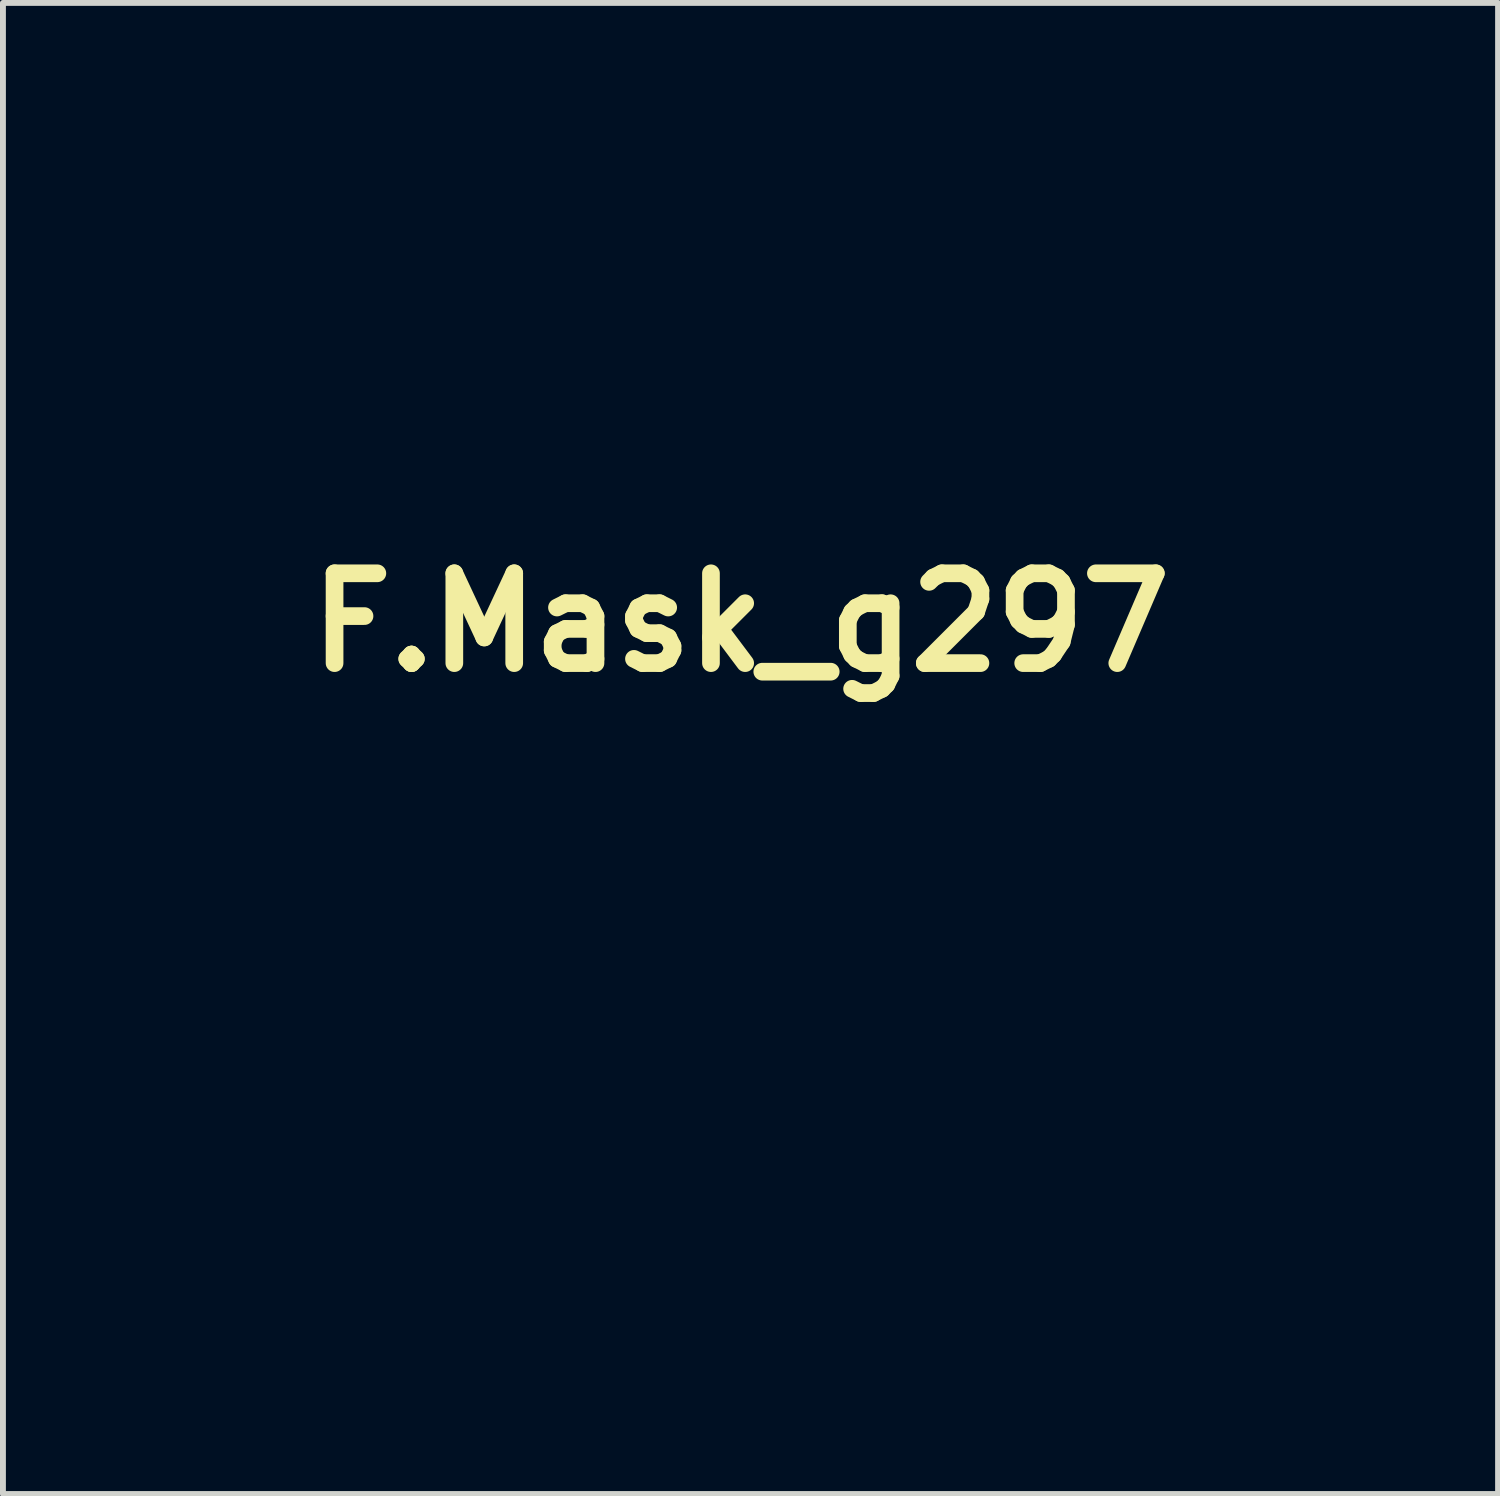
<source format=kicad_pcb>
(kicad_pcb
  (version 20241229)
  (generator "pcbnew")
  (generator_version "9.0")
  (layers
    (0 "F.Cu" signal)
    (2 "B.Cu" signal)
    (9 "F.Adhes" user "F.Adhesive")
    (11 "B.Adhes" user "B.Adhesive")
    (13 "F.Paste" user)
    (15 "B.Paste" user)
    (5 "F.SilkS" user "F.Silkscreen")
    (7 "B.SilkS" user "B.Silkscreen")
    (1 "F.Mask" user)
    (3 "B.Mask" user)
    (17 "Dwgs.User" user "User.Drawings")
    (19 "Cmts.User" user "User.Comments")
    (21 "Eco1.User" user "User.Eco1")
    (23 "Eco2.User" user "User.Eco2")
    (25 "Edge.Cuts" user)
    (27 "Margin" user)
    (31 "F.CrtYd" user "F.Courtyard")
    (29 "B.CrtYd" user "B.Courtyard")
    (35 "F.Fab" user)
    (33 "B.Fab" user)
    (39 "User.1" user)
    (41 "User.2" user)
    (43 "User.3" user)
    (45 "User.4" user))
  (footprint "F.Mask_g297"
    (layer "F.Cu")
    (at 9.521 7.512)
    (property "Reference" "F.Mask_g297" (at 0 0 0) (layer "F.SilkS") (effects (font (size 1.524 1.524) (thickness 0.3))))
    (attr through_hole)
    (fp_poly (pts (xy 9.081 8.234) (xy 9.842 8.234) (xy 9.842 8.636) (xy 9.079 8.636) (xy 9.085 9.805) (xy 9.091 10.975) (xy 9.144 11.081) (xy 9.193 11.16) (xy 9.253 11.219) (xy 9.332 11.258) (xy 9.436 11.284) (xy 9.573 11.297) (xy 9.614 11.299) (xy 9.842 11.308) (xy 9.842 11.748) (xy 9.615 11.746) (xy 9.504 11.742) (xy 9.393 11.734) (xy 9.298 11.723) (xy 9.258 11.716) (xy 9.078 11.659) (xy 8.927 11.571) (xy 8.802 11.451) (xy 8.702 11.297) (xy 8.651 11.181) (xy 8.641 11.154) (xy 8.633 11.127) (xy 8.626 11.096) (xy 8.62 11.057) (xy 8.616 11.008) (xy 8.612 10.944) (xy 8.609 10.861) (xy 8.606 10.757) (xy 8.604 10.628) (xy 8.602 10.469) (xy 8.601 10.279) (xy 8.6 10.052) (xy 8.598 9.848) (xy 8.592 8.636) (xy 8.128 8.636) (xy 8.128 8.234) (xy 8.594 8.234) (xy 8.594 7.154) (xy 9.081 7.154) (xy 9.081 8.234)) (stroke (width 0.01) (type solid)) (fill yes) (layer "F.Mask"))
    (fp_poly (pts (xy -3.917 8.205) (xy -3.723 8.249) (xy -3.549 8.324) (xy -3.39 8.432) (xy -3.336 8.48) (xy -3.232 8.575) (xy -3.399 8.743) (xy -3.467 8.811) (xy -3.525 8.865) (xy -3.567 8.9) (xy -3.584 8.911) (xy -3.609 8.898) (xy -3.654 8.864) (xy -3.697 8.827) (xy -3.828 8.731) (xy -3.963 8.672) (xy -4.113 8.643) (xy -4.307 8.644) (xy -4.486 8.682) (xy -4.647 8.756) (xy -4.785 8.863) (xy -4.899 9.003) (xy -4.941 9.078) (xy -4.966 9.127) (xy -4.986 9.173) (xy -5.004 9.219) (xy -5.018 9.27) (xy -5.03 9.328) (xy -5.039 9.398) (xy -5.046 9.484) (xy -5.051 9.589) (xy -5.055 9.717) (xy -5.057 9.871) (xy -5.058 10.056) (xy -5.059 10.275) (xy -5.059 10.532) (xy -5.059 10.588) (xy -5.059 11.748) (xy -5.303 11.748) (xy -5.419 11.746) (xy -5.498 11.741) (xy -5.542 11.732) (xy -5.557 11.721) (xy -5.559 11.696) (xy -5.56 11.632) (xy -5.561 11.532) (xy -5.562 11.4) (xy -5.562 11.238) (xy -5.563 11.049) (xy -5.563 10.838) (xy -5.563 10.606) (xy -5.563 10.358) (xy -5.562 10.097) (xy -5.562 9.97) (xy -5.556 8.244) (xy -5.308 8.238) (xy -5.059 8.232) (xy -5.059 8.532) (xy -4.947 8.447) (xy -4.762 8.33) (xy -4.563 8.249) (xy -4.346 8.204) (xy -4.138 8.191) (xy -3.917 8.205)) (stroke (width 0.01) (type solid)) (fill yes) (layer "F.Mask"))
    (fp_poly (pts (xy 2.603 8.206) (xy 2.709 8.224) (xy 2.915 8.292) (xy 3.104 8.393) (xy 3.269 8.521) (xy 3.406 8.674) (xy 3.5 8.828) (xy 3.529 8.889) (xy 3.555 8.943) (xy 3.576 8.994) (xy 3.594 9.046) (xy 3.609 9.103) (xy 3.621 9.168) (xy 3.63 9.244) (xy 3.638 9.337) (xy 3.643 9.449) (xy 3.647 9.583) (xy 3.65 9.745) (xy 3.653 9.936) (xy 3.654 10.162) (xy 3.656 10.426) (xy 3.657 10.494) (xy 3.665 11.749) (xy 3.415 11.743) (xy 3.164 11.737) (xy 3.154 10.499) (xy 3.152 10.239) (xy 3.15 10.018) (xy 3.148 9.832) (xy 3.145 9.678) (xy 3.143 9.552) (xy 3.14 9.451) (xy 3.137 9.372) (xy 3.133 9.31) (xy 3.128 9.262) (xy 3.122 9.225) (xy 3.115 9.196) (xy 3.106 9.17) (xy 3.096 9.145) (xy 3.095 9.141) (xy 3.015 8.981) (xy 2.918 8.855) (xy 2.799 8.76) (xy 2.655 8.696) (xy 2.483 8.659) (xy 2.297 8.648) (xy 2.097 8.659) (xy 1.928 8.696) (xy 1.787 8.759) (xy 1.668 8.852) (xy 1.58 8.959) (xy 1.549 9.004) (xy 1.523 9.043) (xy 1.501 9.08) (xy 1.483 9.119) (xy 1.468 9.164) (xy 1.456 9.218) (xy 1.446 9.285) (xy 1.439 9.368) (xy 1.434 9.471) (xy 1.43 9.596) (xy 1.428 9.749) (xy 1.426 9.932) (xy 1.425 10.149) (xy 1.423 10.404) (xy 1.423 10.504) (xy 1.417 11.748) (xy 0.91 11.748) (xy 0.91 8.234) (xy 1.418 8.234) (xy 1.418 8.513) (xy 1.519 8.439) (xy 1.656 8.35) (xy 1.795 8.285) (xy 1.955 8.234) (xy 1.963 8.233) (xy 2.105 8.207) (xy 2.27 8.194) (xy 2.442 8.193) (xy 2.603 8.206)) (stroke (width 0.01) (type solid)) (fill yes) (layer "F.Mask"))
    (fp_poly (pts (xy 6.234 8.198) (xy 6.413 8.222) (xy 6.561 8.261) (xy 6.772 8.357) (xy 6.955 8.486) (xy 7.113 8.648) (xy 7.244 8.843) (xy 7.348 9.07) (xy 7.397 9.217) (xy 7.432 9.367) (xy 7.462 9.545) (xy 7.482 9.733) (xy 7.492 9.916) (xy 7.493 9.972) (xy 7.493 10.118) (xy 5.131 10.118) (xy 5.148 10.298) (xy 5.181 10.504) (xy 5.239 10.698) (xy 5.317 10.871) (xy 5.413 11.017) (xy 5.523 11.13) (xy 5.544 11.146) (xy 5.657 11.218) (xy 5.775 11.269) (xy 5.908 11.301) (xy 6.069 11.317) (xy 6.104 11.319) (xy 6.302 11.319) (xy 6.472 11.297) (xy 6.625 11.248) (xy 6.769 11.171) (xy 6.915 11.061) (xy 6.95 11.031) (xy 7.096 10.902) (xy 7.267 11.036) (xy 7.339 11.094) (xy 7.398 11.144) (xy 7.436 11.18) (xy 7.445 11.192) (xy 7.434 11.217) (xy 7.397 11.262) (xy 7.34 11.319) (xy 7.271 11.383) (xy 7.196 11.445) (xy 7.138 11.489) (xy 6.927 11.616) (xy 6.701 11.708) (xy 6.628 11.729) (xy 6.518 11.75) (xy 6.383 11.767) (xy 6.236 11.778) (xy 6.091 11.782) (xy 5.962 11.779) (xy 5.874 11.77) (xy 5.628 11.712) (xy 5.41 11.622) (xy 5.221 11.501) (xy 5.058 11.347) (xy 4.922 11.161) (xy 4.86 11.048) (xy 4.812 10.941) (xy 4.767 10.826) (xy 4.731 10.72) (xy 4.72 10.682) (xy 4.669 10.416) (xy 4.645 10.134) (xy 4.645 9.848) (xy 4.658 9.716) (xy 5.144 9.716) (xy 6.985 9.716) (xy 6.985 9.647) (xy 6.969 9.48) (xy 6.927 9.307) (xy 6.863 9.141) (xy 6.781 8.995) (xy 6.725 8.922) (xy 6.593 8.802) (xy 6.441 8.715) (xy 6.273 8.661) (xy 6.097 8.64) (xy 5.918 8.653) (xy 5.743 8.7) (xy 5.576 8.78) (xy 5.437 8.884) (xy 5.361 8.973) (xy 5.291 9.094) (xy 5.231 9.236) (xy 5.183 9.389) (xy 5.153 9.542) (xy 5.144 9.657) (xy 5.144 9.716) (xy 4.658 9.716) (xy 4.671 9.566) (xy 4.722 9.301) (xy 4.784 9.098) (xy 4.887 8.868) (xy 5.017 8.67) (xy 5.173 8.504) (xy 5.354 8.371) (xy 5.558 8.274) (xy 5.695 8.231) (xy 5.861 8.202) (xy 6.046 8.191) (xy 6.234 8.198)) (stroke (width 0.01) (type solid)) (fill yes) (layer "F.Mask"))
    (fp_poly (pts (xy -1.587 8.197) (xy -1.436 8.203) (xy -1.296 8.214) (xy -1.18 8.229) (xy -1.111 8.244) (xy -0.897 8.321) (xy -0.716 8.423) (xy -0.566 8.552) (xy -0.446 8.71) (xy -0.353 8.898) (xy -0.326 8.975) (xy -0.318 9.001) (xy -0.311 9.032) (xy -0.305 9.071) (xy -0.3 9.12) (xy -0.296 9.183) (xy -0.293 9.264) (xy -0.29 9.366) (xy -0.288 9.492) (xy -0.286 9.646) (xy -0.284 9.831) (xy -0.282 10.05) (xy -0.281 10.306) (xy -0.28 10.419) (xy -0.273 11.748) (xy -0.76 11.748) (xy -0.766 11.62) (xy -0.773 11.492) (xy -0.847 11.548) (xy -0.945 11.61) (xy -1.067 11.67) (xy -1.196 11.72) (xy -1.291 11.747) (xy -1.378 11.76) (xy -1.494 11.771) (xy -1.629 11.778) (xy -1.77 11.781) (xy -1.904 11.78) (xy -2.02 11.775) (xy -2.076 11.769) (xy -2.307 11.724) (xy -2.507 11.649) (xy -2.677 11.546) (xy -2.815 11.414) (xy -2.922 11.256) (xy -2.996 11.07) (xy -3.03 10.917) (xy -3.041 10.746) (xy -2.546 10.746) (xy -2.534 10.899) (xy -2.496 11.025) (xy -2.431 11.127) (xy -2.336 11.206) (xy -2.208 11.264) (xy -2.048 11.301) (xy -1.851 11.32) (xy -1.735 11.323) (xy -1.555 11.32) (xy -1.415 11.309) (xy -1.327 11.293) (xy -1.151 11.231) (xy -1.011 11.148) (xy -0.906 11.043) (xy -0.835 10.915) (xy -0.818 10.863) (xy -0.804 10.793) (xy -0.79 10.691) (xy -0.778 10.57) (xy -0.77 10.44) (xy -0.77 10.43) (xy -0.755 10.118) (xy -1.293 10.118) (xy -1.507 10.119) (xy -1.684 10.123) (xy -1.829 10.129) (xy -1.948 10.139) (xy -2.045 10.153) (xy -2.125 10.171) (xy -2.194 10.194) (xy -2.232 10.21) (xy -2.359 10.285) (xy -2.451 10.379) (xy -2.511 10.497) (xy -2.541 10.641) (xy -2.546 10.746) (xy -3.041 10.746) (xy -3.043 10.713) (xy -3.018 10.516) (xy -2.959 10.331) (xy -2.867 10.163) (xy -2.745 10.018) (xy -2.607 9.909) (xy -2.538 9.871) (xy -2.446 9.828) (xy -2.351 9.79) (xy -2.339 9.786) (xy -2.17 9.727) (xy -1.466 9.72) (xy -0.762 9.712) (xy -0.762 9.582) (xy -0.767 9.447) (xy -0.779 9.31) (xy -0.798 9.183) (xy -0.821 9.077) (xy -0.842 9.012) (xy -0.92 8.888) (xy -1.032 8.788) (xy -1.176 8.713) (xy -1.351 8.664) (xy -1.556 8.641) (xy -1.767 8.643) (xy -1.961 8.663) (xy -2.122 8.702) (xy -2.257 8.763) (xy -2.373 8.848) (xy -2.478 8.961) (xy -2.482 8.967) (xy -2.529 9.024) (xy -2.566 9.065) (xy -2.586 9.08) (xy -2.586 9.081) (xy -2.611 9.067) (xy -2.656 9.031) (xy -2.715 8.981) (xy -2.779 8.924) (xy -2.839 8.867) (xy -2.888 8.818) (xy -2.917 8.785) (xy -2.921 8.776) (xy -2.906 8.74) (xy -2.866 8.684) (xy -2.809 8.617) (xy -2.741 8.546) (xy -2.669 8.479) (xy -2.614 8.435) (xy -2.48 8.348) (xy -2.331 8.282) (xy -2.155 8.23) (xy -2.106 8.219) (xy -2.011 8.206) (xy -1.886 8.198) (xy -1.741 8.195) (xy -1.587 8.197)) (stroke (width 0.01) (type solid)) (fill yes) (layer "F.Mask"))
    (fp_poly (pts (xy -8.149 8.203) (xy -8 8.204) (xy -7.885 8.205) (xy -7.797 8.209) (xy -7.728 8.214) (xy -7.67 8.223) (xy -7.615 8.236) (xy -7.555 8.254) (xy -7.542 8.257) (xy -7.331 8.342) (xy -7.152 8.452) (xy -7.006 8.589) (xy -6.894 8.751) (xy -6.816 8.939) (xy -6.782 9.079) (xy -6.776 9.126) (xy -6.77 9.19) (xy -6.766 9.275) (xy -6.762 9.383) (xy -6.759 9.517) (xy -6.756 9.681) (xy -6.755 9.877) (xy -6.754 10.108) (xy -6.753 10.377) (xy -6.753 10.493) (xy -6.752 11.748) (xy -7.237 11.748) (xy -7.243 11.62) (xy -7.25 11.492) (xy -7.324 11.547) (xy -7.493 11.65) (xy -7.681 11.724) (xy -7.731 11.738) (xy -7.824 11.754) (xy -7.947 11.767) (xy -8.089 11.776) (xy -8.238 11.78) (xy -8.381 11.78) (xy -8.506 11.774) (xy -8.566 11.768) (xy -8.792 11.723) (xy -8.99 11.647) (xy -9.16 11.541) (xy -9.268 11.441) (xy -9.376 11.295) (xy -9.453 11.127) (xy -9.5 10.946) (xy -9.516 10.758) (xy -9.514 10.737) (xy -9.017 10.737) (xy -9.005 10.9) (xy -8.966 11.031) (xy -8.897 11.134) (xy -8.797 11.213) (xy -8.661 11.272) (xy -8.583 11.295) (xy -8.506 11.307) (xy -8.398 11.316) (xy -8.272 11.321) (xy -8.14 11.322) (xy -8.013 11.318) (xy -7.904 11.311) (xy -7.827 11.301) (xy -7.661 11.249) (xy -7.519 11.171) (xy -7.404 11.071) (xy -7.323 10.952) (xy -7.292 10.876) (xy -7.275 10.796) (xy -7.261 10.68) (xy -7.25 10.535) (xy -7.245 10.44) (xy -7.233 10.118) (xy -7.77 10.118) (xy -8.001 10.12) (xy -8.195 10.125) (xy -8.355 10.134) (xy -8.487 10.148) (xy -8.594 10.168) (xy -8.682 10.196) (xy -8.756 10.23) (xy -8.819 10.274) (xy -8.875 10.325) (xy -8.951 10.427) (xy -8.998 10.55) (xy -9.016 10.699) (xy -9.017 10.737) (xy -9.514 10.737) (xy -9.502 10.57) (xy -9.457 10.389) (xy -9.382 10.222) (xy -9.278 10.075) (xy -9.229 10.025) (xy -9.153 9.964) (xy -9.059 9.901) (xy -8.968 9.852) (xy -8.89 9.816) (xy -8.816 9.787) (xy -8.74 9.765) (xy -8.657 9.747) (xy -8.562 9.734) (xy -8.449 9.726) (xy -8.311 9.72) (xy -8.144 9.717) (xy -7.943 9.716) (xy -7.876 9.716) (xy -7.233 9.716) (xy -7.244 9.446) (xy -7.259 9.257) (xy -7.287 9.105) (xy -7.33 8.983) (xy -7.393 8.885) (xy -7.476 8.807) (xy -7.583 8.744) (xy -7.583 8.744) (xy -7.758 8.68) (xy -7.964 8.646) (xy -8.201 8.64) (xy -8.246 8.643) (xy -8.445 8.665) (xy -8.612 8.71) (xy -8.755 8.781) (xy -8.879 8.88) (xy -8.964 8.975) (xy -9.009 9.029) (xy -9.044 9.068) (xy -9.06 9.081) (xy -9.085 9.067) (xy -9.131 9.031) (xy -9.19 8.98) (xy -9.254 8.922) (xy -9.315 8.865) (xy -9.364 8.815) (xy -9.393 8.781) (xy -9.398 8.772) (xy -9.383 8.739) (xy -9.343 8.687) (xy -9.285 8.623) (xy -9.216 8.553) (xy -9.144 8.485) (xy -9.075 8.427) (xy -9.024 8.39) (xy -8.948 8.347) (xy -8.852 8.302) (xy -8.755 8.263) (xy -8.749 8.261) (xy -8.691 8.242) (xy -8.641 8.227) (xy -8.59 8.217) (xy -8.531 8.21) (xy -8.456 8.206) (xy -8.359 8.204) (xy -8.23 8.203) (xy -8.149 8.203)) (stroke (width 0.01) (type solid)) (fill yes) (layer "F.Mask"))
    (fp_poly (pts (xy 0.172 -7.49) (xy 0.205 -7.438) (xy 0.256 -7.353) (xy 0.325 -7.238) (xy 0.411 -7.093) (xy 0.511 -6.923) (xy 0.626 -6.727) (xy 0.754 -6.509) (xy 0.894 -6.27) (xy 1.044 -6.012) (xy 1.203 -5.737) (xy 1.371 -5.448) (xy 1.546 -5.146) (xy 1.727 -4.833) (xy 1.777 -4.746) (xy 1.972 -4.409) (xy 2.186 -4.039) (xy 2.415 -3.641) (xy 2.658 -3.22) (xy 2.912 -2.781) (xy 3.174 -2.326) (xy 3.442 -1.862) (xy 3.713 -1.392) (xy 3.985 -0.921) (xy 4.255 -0.454) (xy 4.52 0.006) (xy 4.779 0.454) (xy 5.027 0.885) (xy 5.264 1.295) (xy 5.325 1.401) (xy 5.527 1.75) (xy 5.723 2.09) (xy 5.911 2.418) (xy 6.092 2.732) (xy 6.264 3.031) (xy 6.425 3.313) (xy 6.576 3.576) (xy 6.715 3.818) (xy 6.84 4.038) (xy 6.952 4.233) (xy 7.048 4.402) (xy 7.128 4.544) (xy 7.19 4.655) (xy 7.234 4.735) (xy 7.259 4.781) (xy 7.265 4.793) (xy 7.243 4.795) (xy 7.18 4.796) (xy 7.079 4.797) (xy 6.941 4.798) (xy 6.769 4.799) (xy 6.563 4.8) (xy 6.327 4.801) (xy 6.062 4.802) (xy 5.769 4.803) (xy 5.452 4.803) (xy 5.11 4.804) (xy 4.748 4.804) (xy 4.365 4.805) (xy 3.965 4.805) (xy 3.549 4.805) (xy 3.12 4.805) (xy 2.678 4.805) (xy 2.225 4.806) (xy 1.765 4.805) (xy 1.298 4.805) (xy 0.827 4.805) (xy 0.353 4.805) (xy -0.122 4.805) (xy -0.596 4.804) (xy -1.067 4.804) (xy -1.532 4.804) (xy -1.991 4.803) (xy -2.442 4.802) (xy -2.881 4.802) (xy -3.309 4.801) (xy -3.722 4.8) (xy -4.119 4.8) (xy -4.497 4.799) (xy -4.856 4.798) (xy -5.193 4.797) (xy -5.506 4.796) (xy -5.793 4.795) (xy -6.053 4.794) (xy -6.283 4.792) (xy -6.482 4.791) (xy -6.648 4.79) (xy -6.779 4.789) (xy -6.873 4.787) (xy -6.928 4.786) (xy -6.943 4.785) (xy -6.932 4.765) (xy -6.902 4.71) (xy -6.852 4.621) (xy -6.783 4.501) (xy -6.697 4.351) (xy -6.595 4.172) (xy -6.477 3.967) (xy -6.345 3.736) (xy -6.199 3.482) (xy -6.188 3.463) (xy -5.122 3.463) (xy -5.101 3.57) (xy -5.046 3.672) (xy -4.965 3.76) (xy -4.865 3.827) (xy -4.754 3.866) (xy -4.686 3.873) (xy -4.58 3.855) (xy -4.475 3.803) (xy -4.382 3.727) (xy -4.315 3.635) (xy -4.315 3.635) (xy -4.282 3.535) (xy -4.272 3.423) (xy -4.285 3.317) (xy -4.306 3.262) (xy -4.34 3.196) (xy -3.364 1.508) (xy -2.388 -0.18) (xy -2.268 -0.182) (xy -2.14 -0.199) (xy -2.017 -0.243) (xy -1.885 -0.301) (xy 1.359 1.559) (xy 4.603 3.418) (xy 4.618 3.518) (xy 4.655 3.641) (xy 4.728 3.746) (xy 4.828 3.825) (xy 4.914 3.863) (xy 4.989 3.884) (xy 5.044 3.892) (xy 5.097 3.885) (xy 5.149 3.872) (xy 5.255 3.822) (xy 5.346 3.741) (xy 5.415 3.638) (xy 5.454 3.523) (xy 5.46 3.461) (xy 5.44 3.34) (xy 5.385 3.23) (xy 5.302 3.137) (xy 5.198 3.069) (xy 5.079 3.032) (xy 5.016 3.027) (xy 4.964 3.036) (xy 4.897 3.058) (xy 4.878 3.066) (xy 4.793 3.105) (xy 1.908 1.453) (xy 1.586 1.268) (xy 1.274 1.089) (xy 0.974 0.917) (xy 0.689 0.753) (xy 0.42 0.598) (xy 0.169 0.453) (xy -0.062 0.319) (xy -0.271 0.198) (xy -0.455 0.091) (xy -0.614 -0.002) (xy -0.745 -0.079) (xy -0.847 -0.139) (xy -0.916 -0.18) (xy -0.952 -0.203) (xy -0.956 -0.207) (xy -0.937 -0.204) (xy -0.888 -0.194) (xy -0.806 -0.176) (xy -0.693 -0.15) (xy -0.546 -0.115) (xy -0.365 -0.072) (xy -0.15 -0.021) (xy 0.101 0.04) (xy 0.388 0.109) (xy 0.712 0.188) (xy 1.074 0.276) (xy 1.475 0.374) (xy 1.914 0.482) (xy 2.394 0.599) (xy 2.51 0.627) (xy 2.998 0.747) (xy 3.049 0.843) (xy 3.126 0.955) (xy 3.219 1.028) (xy 3.332 1.068) (xy 3.394 1.075) (xy 3.486 1.077) (xy 3.555 1.065) (xy 3.611 1.041) (xy 3.72 0.964) (xy 3.797 0.867) (xy 3.841 0.755) (xy 3.849 0.637) (xy 3.823 0.52) (xy 3.76 0.41) (xy 3.699 0.346) (xy 3.586 0.272) (xy 3.465 0.238) (xy 3.341 0.244) (xy 3.22 0.291) (xy 3.182 0.315) (xy 3.127 0.352) (xy 3.086 0.376) (xy 3.071 0.381) (xy 3.049 0.376) (xy 2.988 0.362) (xy 2.892 0.339) (xy 2.765 0.308) (xy 2.609 0.27) (xy 2.427 0.226) (xy 2.223 0.177) (xy 2 0.122) (xy 1.761 0.064) (xy 1.509 0.002) (xy 1.416 -0.021) (xy 1.14 -0.089) (xy 0.86 -0.158) (xy 0.583 -0.226) (xy 0.312 -0.292) (xy 0.054 -0.355) (xy -0.188 -0.415) (xy -0.409 -0.469) (xy -0.602 -0.516) (xy -0.764 -0.556) (xy -0.878 -0.583) (xy -1.072 -0.631) (xy -1.229 -0.669) (xy -1.352 -0.699) (xy -1.446 -0.723) (xy -1.514 -0.74) (xy -1.559 -0.753) (xy -1.587 -0.762) (xy -1.601 -0.769) (xy -1.604 -0.773) (xy -1.601 -0.778) (xy -1.595 -0.783) (xy -1.572 -0.792) (xy -1.513 -0.814) (xy -1.42 -0.847) (xy -1.295 -0.89) (xy -1.144 -0.943) (xy -0.967 -1.003) (xy -0.769 -1.071) (xy -0.553 -1.145) (xy -0.322 -1.223) (xy -0.078 -1.306) (xy -0.034 -1.321) (xy 0.255 -1.418) (xy 0.506 -1.503) (xy 0.723 -1.575) (xy 0.907 -1.637) (xy 1.061 -1.687) (xy 1.189 -1.728) (xy 1.292 -1.761) (xy 1.373 -1.785) (xy 1.435 -1.802) (xy 1.48 -1.812) (xy 1.512 -1.817) (xy 1.531 -1.817) (xy 1.542 -1.813) (xy 1.543 -1.813) (xy 1.649 -1.746) (xy 1.766 -1.716) (xy 1.885 -1.721) (xy 2 -1.759) (xy 2.1 -1.83) (xy 2.169 -1.915) (xy 2.223 -2.038) (xy 2.235 -2.162) (xy 2.207 -2.285) (xy 2.14 -2.4) (xy 2.093 -2.451) (xy 1.999 -2.52) (xy 1.891 -2.554) (xy 1.766 -2.557) (xy 1.642 -2.53) (xy 1.541 -2.471) (xy 1.461 -2.376) (xy 1.424 -2.308) (xy 1.365 -2.181) (xy 0.677 -1.95) (xy 0.497 -1.889) (xy 0.286 -1.818) (xy 0.054 -1.74) (xy -0.189 -1.658) (xy -0.434 -1.575) (xy -0.671 -1.495) (xy -0.891 -1.421) (xy -0.893 -1.42) (xy -1.078 -1.358) (xy -1.25 -1.3) (xy -1.407 -1.248) (xy -1.542 -1.203) (xy -1.654 -1.167) (xy -1.736 -1.14) (xy -1.785 -1.125) (xy -1.798 -1.122) (xy -1.819 -1.135) (xy -1.82 -1.14) (xy -1.81 -1.161) (xy -1.78 -1.216) (xy -1.732 -1.302) (xy -1.667 -1.417) (xy -1.586 -1.558) (xy -1.492 -1.723) (xy -1.386 -1.909) (xy -1.269 -2.113) (xy -1.142 -2.333) (xy -1.008 -2.567) (xy -0.867 -2.811) (xy -0.852 -2.837) (xy 0.116 -4.516) (xy 0.239 -4.549) (xy 0.37 -4.603) (xy 0.473 -4.681) (xy 0.545 -4.778) (xy 0.585 -4.888) (xy 0.59 -5.004) (xy 0.558 -5.121) (xy 0.489 -5.233) (xy 0.461 -5.265) (xy 0.359 -5.342) (xy 0.244 -5.382) (xy 0.122 -5.387) (xy 0.002 -5.356) (xy -0.108 -5.288) (xy -0.139 -5.26) (xy -0.222 -5.151) (xy -0.265 -5.033) (xy -0.267 -4.911) (xy -0.227 -4.786) (xy -0.225 -4.783) (xy -0.193 -4.719) (xy -1.168 -3.029) (xy -2.143 -1.339) (xy -2.273 -1.339) (xy -2.405 -1.326) (xy -2.519 -1.284) (xy -2.628 -1.208) (xy -2.655 -1.184) (xy -2.755 -1.065) (xy -2.818 -0.931) (xy -2.842 -0.787) (xy -2.827 -0.637) (xy -2.774 -0.486) (xy -2.732 -0.411) (xy -2.728 -0.401) (xy -2.729 -0.386) (xy -2.734 -0.364) (xy -2.747 -0.333) (xy -2.766 -0.289) (xy -2.795 -0.232) (xy -2.834 -0.159) (xy -2.884 -0.067) (xy -2.947 0.046) (xy -3.024 0.181) (xy -3.116 0.342) (xy -3.224 0.53) (xy -3.349 0.748) (xy -3.493 0.997) (xy -3.658 1.281) (xy -3.677 1.314) (xy -4.649 2.994) (xy -4.773 3.024) (xy -4.897 3.074) (xy -4.999 3.156) (xy -5.073 3.261) (xy -5.115 3.384) (xy -5.122 3.463) (xy -6.188 3.463) (xy -6.04 3.206) (xy -5.87 2.91) (xy -5.688 2.595) (xy -5.497 2.263) (xy -5.297 1.916) (xy -5.089 1.556) (xy -4.874 1.183) (xy -4.653 0.8) (xy -4.427 0.408) (xy -4.197 0.009) (xy -3.963 -0.396) (xy -3.727 -0.804) (xy -3.49 -1.215) (xy -3.252 -1.626) (xy -3.015 -2.036) (xy -2.78 -2.444) (xy -2.547 -2.847) (xy -2.317 -3.244) (xy -2.092 -3.634) (xy -1.872 -4.014) (xy -1.658 -4.383) (xy -1.451 -4.74) (xy -1.253 -5.083) (xy -1.063 -5.41) (xy -0.884 -5.72) (xy -0.715 -6.01) (xy -0.559 -6.28) (xy -0.415 -6.527) (xy -0.285 -6.751) (xy -0.17 -6.949) (xy -0.07 -7.119) (xy 0.013 -7.261) (xy 0.078 -7.372) (xy 0.125 -7.451) (xy 0.152 -7.496) (xy 0.159 -7.507) (xy 0.172 -7.49)) (stroke (width 0.01) (type solid)) (fill yes) (layer "F.Mask")))
  (gr_rect
    (start -3 -3)
    (end 22.368 22.299)
    (stroke (width 0.1) (type default))
    (fill no)
    (layer "Edge.Cuts")))
</source>
